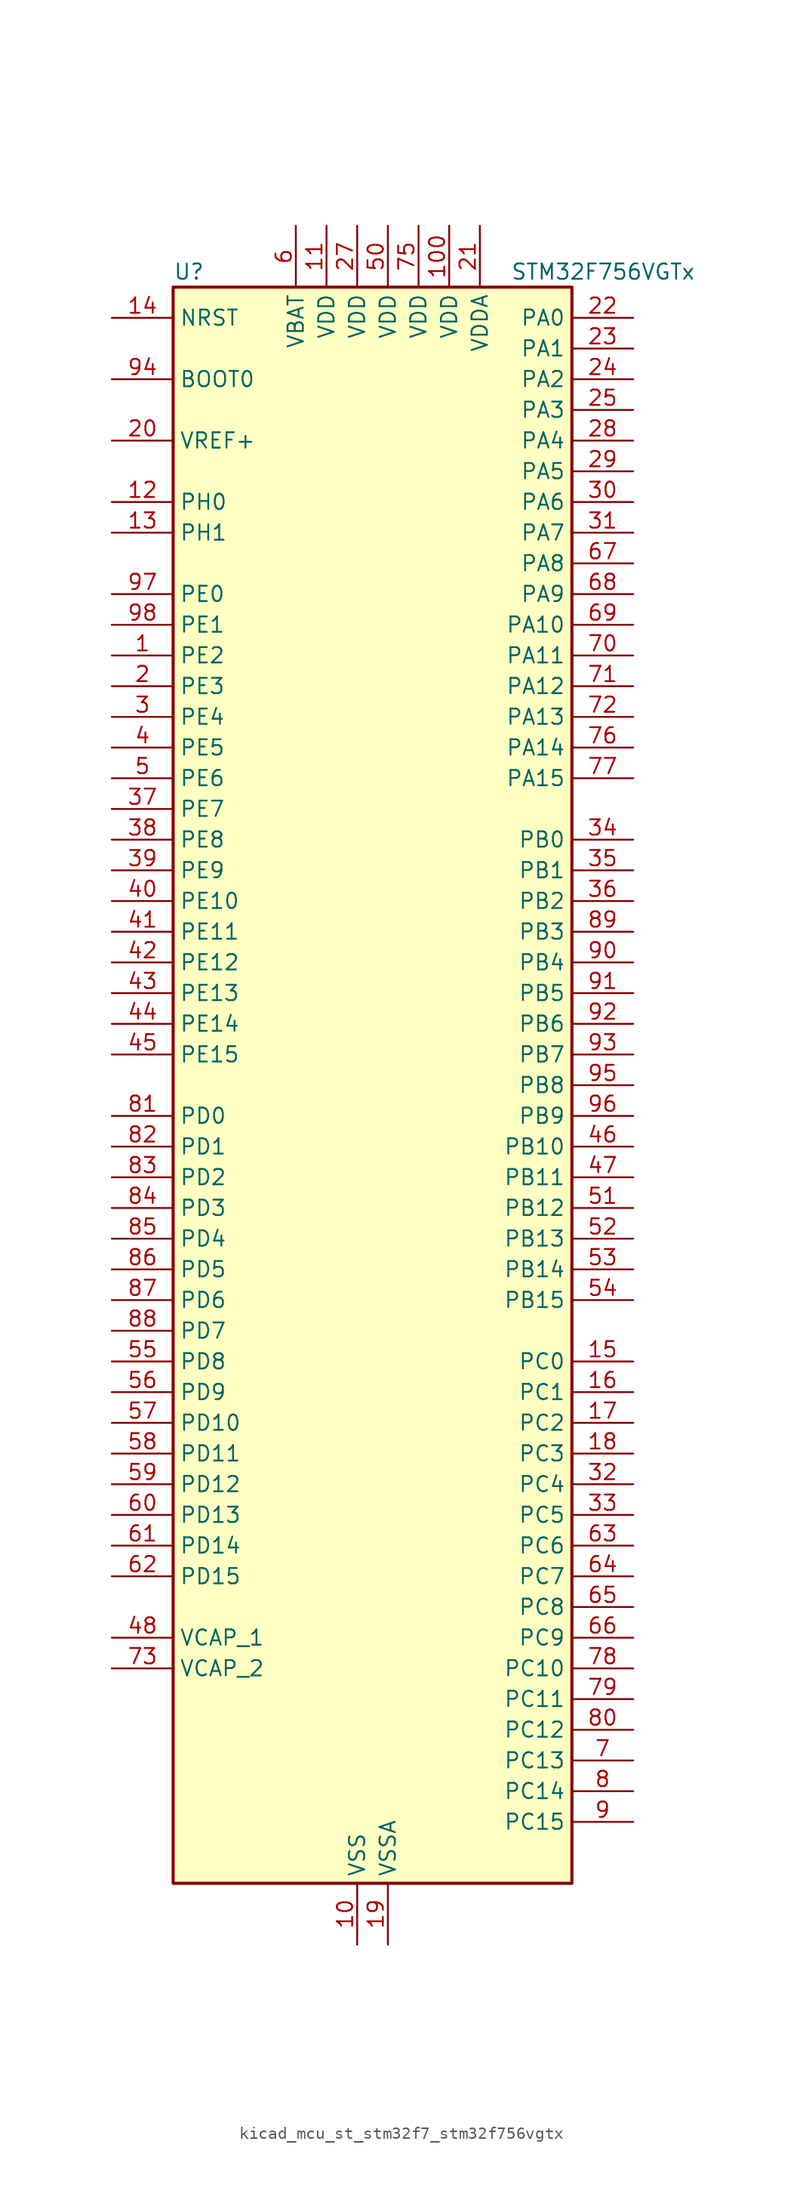
<source format=kicad_sym>
(kicad_symbol_lib
  (version 20220914)
  (generator kicad_symbol_editor)
  (symbol "kicad_mcu_st_stm32f7_stm32f756vgtx"
    (property "Reference" "U"
      (at -15.24 67.31 0)
      (effects (font (size 1.27 1.27)) (justify left)))
    (property "Value" "STM32F756VGTx"
      (at 12.7 67.31 0)
      (effects (font (size 1.27 1.27)) (justify left)))
    (property "ki_locked" ""
      (at 0 0 0)
      (effects (font (size 1.27 1.27))))
    (symbol "kicad_mcu_st_stm32f7_stm32f756vgtx_0_1"
      (rectangle (start -15.24 -66.04) (end 17.78 66.04) (stroke (width 0.254) (type default)) (fill (type background))))
    (symbol "kicad_mcu_st_stm32f7_stm32f756vgtx_1_1"
      (pin bidirectional line (at -20.32 35.56 0) (length 5.08) (name "PE2" (effects (font (size 1.27 1.27)))) (number "1" (effects (font (size 1.27 1.27)))) (alternate "ETH_TXD3" bidirectional line) (alternate "FMC_A23" bidirectional line) (alternate "QUADSPI_BK1_IO2" bidirectional line) (alternate "SAI1_MCLK_A" bidirectional line) (alternate "SPI4_SCK" bidirectional line) (alternate "SYS_TRACECLK" bidirectional line))
      (pin power_in line (at 0 -71.12 90) (length 5.08) (name "VSS" (effects (font (size 1.27 1.27)))) (number "10" (effects (font (size 1.27 1.27)))))
      (pin power_in line (at 7.62 71.12 270) (length 5.08) (name "VDD" (effects (font (size 1.27 1.27)))) (number "100" (effects (font (size 1.27 1.27)))))
      (pin power_in line (at -2.54 71.12 270) (length 5.08) (name "VDD" (effects (font (size 1.27 1.27)))) (number "11" (effects (font (size 1.27 1.27)))))
      (pin bidirectional line (at -20.32 48.26 0) (length 5.08) (name "PH0" (effects (font (size 1.27 1.27)))) (number "12" (effects (font (size 1.27 1.27)))) (alternate "RCC_OSC_IN" bidirectional line))
      (pin bidirectional line (at -20.32 45.72 0) (length 5.08) (name "PH1" (effects (font (size 1.27 1.27)))) (number "13" (effects (font (size 1.27 1.27)))) (alternate "RCC_OSC_OUT" bidirectional line))
      (pin input line (at -20.32 63.5 0) (length 5.08) (name "NRST" (effects (font (size 1.27 1.27)))) (number "14" (effects (font (size 1.27 1.27)))))
      (pin bidirectional line (at 22.86 -22.86 180) (length 5.08) (name "PC0" (effects (font (size 1.27 1.27)))) (number "15" (effects (font (size 1.27 1.27)))) (alternate "ADC1_IN10" bidirectional line) (alternate "ADC2_IN10" bidirectional line) (alternate "ADC3_IN10" bidirectional line) (alternate "FMC_SDNWE" bidirectional line) (alternate "LTDC_R5" bidirectional line) (alternate "SAI2_FS_B" bidirectional line) (alternate "USB_OTG_HS_ULPI_STP" bidirectional line))
      (pin bidirectional line (at 22.86 -25.4 180) (length 5.08) (name "PC1" (effects (font (size 1.27 1.27)))) (number "16" (effects (font (size 1.27 1.27)))) (alternate "ADC1_IN11" bidirectional line) (alternate "ADC2_IN11" bidirectional line) (alternate "ADC3_IN11" bidirectional line) (alternate "ETH_MDC" bidirectional line) (alternate "I2S2_SD" bidirectional line) (alternate "RTC_TAMP3" bidirectional line) (alternate "RTC_TS" bidirectional line) (alternate "SAI1_SD_A" bidirectional line) (alternate "SPI2_MOSI" bidirectional line) (alternate "SYS_TRACED0" bidirectional line) (alternate "SYS_WKUP3" bidirectional line))
      (pin bidirectional line (at 22.86 -27.94 180) (length 5.08) (name "PC2" (effects (font (size 1.27 1.27)))) (number "17" (effects (font (size 1.27 1.27)))) (alternate "ADC1_IN12" bidirectional line) (alternate "ADC2_IN12" bidirectional line) (alternate "ADC3_IN12" bidirectional line) (alternate "ETH_TXD2" bidirectional line) (alternate "FMC_SDNE0" bidirectional line) (alternate "SPI2_MISO" bidirectional line) (alternate "USB_OTG_HS_ULPI_DIR" bidirectional line))
      (pin bidirectional line (at 22.86 -30.48 180) (length 5.08) (name "PC3" (effects (font (size 1.27 1.27)))) (number "18" (effects (font (size 1.27 1.27)))) (alternate "ADC1_IN13" bidirectional line) (alternate "ADC2_IN13" bidirectional line) (alternate "ADC3_IN13" bidirectional line) (alternate "ETH_TX_CLK" bidirectional line) (alternate "FMC_SDCKE0" bidirectional line) (alternate "I2S2_SD" bidirectional line) (alternate "SPI2_MOSI" bidirectional line) (alternate "USB_OTG_HS_ULPI_NXT" bidirectional line))
      (pin power_in line (at 2.54 -71.12 90) (length 5.08) (name "VSSA" (effects (font (size 1.27 1.27)))) (number "19" (effects (font (size 1.27 1.27)))))
      (pin bidirectional line (at -20.32 33.02 0) (length 5.08) (name "PE3" (effects (font (size 1.27 1.27)))) (number "2" (effects (font (size 1.27 1.27)))) (alternate "FMC_A19" bidirectional line) (alternate "SAI1_SD_B" bidirectional line) (alternate "SYS_TRACED0" bidirectional line))
      (pin input line (at -20.32 53.34 0) (length 5.08) (name "VREF+" (effects (font (size 1.27 1.27)))) (number "20" (effects (font (size 1.27 1.27)))))
      (pin power_in line (at 10.16 71.12 270) (length 5.08) (name "VDDA" (effects (font (size 1.27 1.27)))) (number "21" (effects (font (size 1.27 1.27)))))
      (pin bidirectional line (at 22.86 63.5 180) (length 5.08) (name "PA0" (effects (font (size 1.27 1.27)))) (number "22" (effects (font (size 1.27 1.27)))) (alternate "ADC1_IN0" bidirectional line) (alternate "ADC2_IN0" bidirectional line) (alternate "ADC3_IN0" bidirectional line) (alternate "ETH_CRS" bidirectional line) (alternate "SAI2_SD_B" bidirectional line) (alternate "SYS_WKUP1" bidirectional line) (alternate "TIM2_CH1" bidirectional line) (alternate "TIM2_ETR" bidirectional line) (alternate "TIM5_CH1" bidirectional line) (alternate "TIM8_ETR" bidirectional line) (alternate "UART4_TX" bidirectional line) (alternate "USART2_CTS" bidirectional line))
      (pin bidirectional line (at 22.86 60.96 180) (length 5.08) (name "PA1" (effects (font (size 1.27 1.27)))) (number "23" (effects (font (size 1.27 1.27)))) (alternate "ADC1_IN1" bidirectional line) (alternate "ADC2_IN1" bidirectional line) (alternate "ADC3_IN1" bidirectional line) (alternate "ETH_REF_CLK" bidirectional line) (alternate "ETH_RX_CLK" bidirectional line) (alternate "LTDC_R2" bidirectional line) (alternate "QUADSPI_BK1_IO3" bidirectional line) (alternate "SAI2_MCLK_B" bidirectional line) (alternate "TIM2_CH2" bidirectional line) (alternate "TIM5_CH2" bidirectional line) (alternate "UART4_RX" bidirectional line) (alternate "USART2_DE" bidirectional line) (alternate "USART2_RTS" bidirectional line))
      (pin bidirectional line (at 22.86 58.42 180) (length 5.08) (name "PA2" (effects (font (size 1.27 1.27)))) (number "24" (effects (font (size 1.27 1.27)))) (alternate "ADC1_IN2" bidirectional line) (alternate "ADC2_IN2" bidirectional line) (alternate "ADC3_IN2" bidirectional line) (alternate "ETH_MDIO" bidirectional line) (alternate "LTDC_R1" bidirectional line) (alternate "SAI2_SCK_B" bidirectional line) (alternate "SYS_WKUP2" bidirectional line) (alternate "TIM2_CH3" bidirectional line) (alternate "TIM5_CH3" bidirectional line) (alternate "TIM9_CH1" bidirectional line) (alternate "USART2_TX" bidirectional line))
      (pin bidirectional line (at 22.86 55.88 180) (length 5.08) (name "PA3" (effects (font (size 1.27 1.27)))) (number "25" (effects (font (size 1.27 1.27)))) (alternate "ADC1_IN3" bidirectional line) (alternate "ADC2_IN3" bidirectional line) (alternate "ADC3_IN3" bidirectional line) (alternate "ETH_COL" bidirectional line) (alternate "LTDC_B5" bidirectional line) (alternate "TIM2_CH4" bidirectional line) (alternate "TIM5_CH4" bidirectional line) (alternate "TIM9_CH2" bidirectional line) (alternate "USART2_RX" bidirectional line) (alternate "USB_OTG_HS_ULPI_D0" bidirectional line))
      (pin passive line (at 0 -71.12 90) (length 5.08) hide (name "VSS" (effects (font (size 1.27 1.27)))) (number "26" (effects (font (size 1.27 1.27)))))
      (pin power_in line (at 0 71.12 270) (length 5.08) (name "VDD" (effects (font (size 1.27 1.27)))) (number "27" (effects (font (size 1.27 1.27)))))
      (pin bidirectional line (at 22.86 53.34 180) (length 5.08) (name "PA4" (effects (font (size 1.27 1.27)))) (number "28" (effects (font (size 1.27 1.27)))) (alternate "ADC1_IN4" bidirectional line) (alternate "ADC2_IN4" bidirectional line) (alternate "DAC_OUT1" bidirectional line) (alternate "DCMI_HSYNC" bidirectional line) (alternate "I2S1_WS" bidirectional line) (alternate "I2S3_WS" bidirectional line) (alternate "LTDC_VSYNC" bidirectional line) (alternate "SPI1_NSS" bidirectional line) (alternate "SPI3_NSS" bidirectional line) (alternate "USART2_CK" bidirectional line) (alternate "USB_OTG_HS_SOF" bidirectional line))
      (pin bidirectional line (at 22.86 50.8 180) (length 5.08) (name "PA5" (effects (font (size 1.27 1.27)))) (number "29" (effects (font (size 1.27 1.27)))) (alternate "ADC1_IN5" bidirectional line) (alternate "ADC2_IN5" bidirectional line) (alternate "DAC_OUT2" bidirectional line) (alternate "I2S1_CK" bidirectional line) (alternate "LTDC_R4" bidirectional line) (alternate "SPI1_SCK" bidirectional line) (alternate "TIM2_CH1" bidirectional line) (alternate "TIM2_ETR" bidirectional line) (alternate "TIM8_CH1N" bidirectional line) (alternate "USB_OTG_HS_ULPI_CK" bidirectional line))
      (pin bidirectional line (at -20.32 30.48 0) (length 5.08) (name "PE4" (effects (font (size 1.27 1.27)))) (number "3" (effects (font (size 1.27 1.27)))) (alternate "DCMI_D4" bidirectional line) (alternate "FMC_A20" bidirectional line) (alternate "LTDC_B0" bidirectional line) (alternate "SAI1_FS_A" bidirectional line) (alternate "SPI4_NSS" bidirectional line) (alternate "SYS_TRACED1" bidirectional line))
      (pin bidirectional line (at 22.86 48.26 180) (length 5.08) (name "PA6" (effects (font (size 1.27 1.27)))) (number "30" (effects (font (size 1.27 1.27)))) (alternate "ADC1_IN6" bidirectional line) (alternate "ADC2_IN6" bidirectional line) (alternate "DCMI_PIXCLK" bidirectional line) (alternate "LTDC_G2" bidirectional line) (alternate "SPI1_MISO" bidirectional line) (alternate "TIM13_CH1" bidirectional line) (alternate "TIM1_BKIN" bidirectional line) (alternate "TIM3_CH1" bidirectional line) (alternate "TIM8_BKIN" bidirectional line))
      (pin bidirectional line (at 22.86 45.72 180) (length 5.08) (name "PA7" (effects (font (size 1.27 1.27)))) (number "31" (effects (font (size 1.27 1.27)))) (alternate "ADC1_IN7" bidirectional line) (alternate "ADC2_IN7" bidirectional line) (alternate "ETH_CRS_DV" bidirectional line) (alternate "ETH_RX_DV" bidirectional line) (alternate "FMC_SDNWE" bidirectional line) (alternate "I2S1_SD" bidirectional line) (alternate "SPI1_MOSI" bidirectional line) (alternate "TIM14_CH1" bidirectional line) (alternate "TIM1_CH1N" bidirectional line) (alternate "TIM3_CH2" bidirectional line) (alternate "TIM8_CH1N" bidirectional line))
      (pin bidirectional line (at 22.86 -33.02 180) (length 5.08) (name "PC4" (effects (font (size 1.27 1.27)))) (number "32" (effects (font (size 1.27 1.27)))) (alternate "ADC1_IN14" bidirectional line) (alternate "ADC2_IN14" bidirectional line) (alternate "ETH_RXD0" bidirectional line) (alternate "FMC_SDNE0" bidirectional line) (alternate "I2S1_MCK" bidirectional line) (alternate "SPDIFRX_IN2" bidirectional line))
      (pin bidirectional line (at 22.86 -35.56 180) (length 5.08) (name "PC5" (effects (font (size 1.27 1.27)))) (number "33" (effects (font (size 1.27 1.27)))) (alternate "ADC1_IN15" bidirectional line) (alternate "ADC2_IN15" bidirectional line) (alternate "ETH_RXD1" bidirectional line) (alternate "FMC_SDCKE0" bidirectional line) (alternate "SPDIFRX_IN3" bidirectional line))
      (pin bidirectional line (at 22.86 20.32 180) (length 5.08) (name "PB0" (effects (font (size 1.27 1.27)))) (number "34" (effects (font (size 1.27 1.27)))) (alternate "ADC1_IN8" bidirectional line) (alternate "ADC2_IN8" bidirectional line) (alternate "ETH_RXD2" bidirectional line) (alternate "LTDC_R3" bidirectional line) (alternate "TIM1_CH2N" bidirectional line) (alternate "TIM3_CH3" bidirectional line) (alternate "TIM8_CH2N" bidirectional line) (alternate "UART4_CTS" bidirectional line) (alternate "USB_OTG_HS_ULPI_D1" bidirectional line))
      (pin bidirectional line (at 22.86 17.78 180) (length 5.08) (name "PB1" (effects (font (size 1.27 1.27)))) (number "35" (effects (font (size 1.27 1.27)))) (alternate "ADC1_IN9" bidirectional line) (alternate "ADC2_IN9" bidirectional line) (alternate "ETH_RXD3" bidirectional line) (alternate "LTDC_R6" bidirectional line) (alternate "TIM1_CH3N" bidirectional line) (alternate "TIM3_CH4" bidirectional line) (alternate "TIM8_CH3N" bidirectional line) (alternate "USB_OTG_HS_ULPI_D2" bidirectional line))
      (pin bidirectional line (at 22.86 15.24 180) (length 5.08) (name "PB2" (effects (font (size 1.27 1.27)))) (number "36" (effects (font (size 1.27 1.27)))) (alternate "I2S3_SD" bidirectional line) (alternate "QUADSPI_CLK" bidirectional line) (alternate "SAI1_SD_A" bidirectional line) (alternate "SPI3_MOSI" bidirectional line))
      (pin bidirectional line (at -20.32 22.86 0) (length 5.08) (name "PE7" (effects (font (size 1.27 1.27)))) (number "37" (effects (font (size 1.27 1.27)))) (alternate "FMC_D4" bidirectional line) (alternate "FMC_DA4" bidirectional line) (alternate "QUADSPI_BK2_IO0" bidirectional line) (alternate "TIM1_ETR" bidirectional line) (alternate "UART7_RX" bidirectional line))
      (pin bidirectional line (at -20.32 20.32 0) (length 5.08) (name "PE8" (effects (font (size 1.27 1.27)))) (number "38" (effects (font (size 1.27 1.27)))) (alternate "FMC_D5" bidirectional line) (alternate "FMC_DA5" bidirectional line) (alternate "QUADSPI_BK2_IO1" bidirectional line) (alternate "TIM1_CH1N" bidirectional line) (alternate "UART7_TX" bidirectional line))
      (pin bidirectional line (at -20.32 17.78 0) (length 5.08) (name "PE9" (effects (font (size 1.27 1.27)))) (number "39" (effects (font (size 1.27 1.27)))) (alternate "DAC_EXTI9" bidirectional line) (alternate "FMC_D6" bidirectional line) (alternate "FMC_DA6" bidirectional line) (alternate "QUADSPI_BK2_IO2" bidirectional line) (alternate "TIM1_CH1" bidirectional line) (alternate "UART7_DE" bidirectional line) (alternate "UART7_RTS" bidirectional line))
      (pin bidirectional line (at -20.32 27.94 0) (length 5.08) (name "PE5" (effects (font (size 1.27 1.27)))) (number "4" (effects (font (size 1.27 1.27)))) (alternate "DCMI_D6" bidirectional line) (alternate "FMC_A21" bidirectional line) (alternate "LTDC_G0" bidirectional line) (alternate "SAI1_SCK_A" bidirectional line) (alternate "SPI4_MISO" bidirectional line) (alternate "SYS_TRACED2" bidirectional line) (alternate "TIM9_CH1" bidirectional line))
      (pin bidirectional line (at -20.32 15.24 0) (length 5.08) (name "PE10" (effects (font (size 1.27 1.27)))) (number "40" (effects (font (size 1.27 1.27)))) (alternate "FMC_D7" bidirectional line) (alternate "FMC_DA7" bidirectional line) (alternate "QUADSPI_BK2_IO3" bidirectional line) (alternate "TIM1_CH2N" bidirectional line) (alternate "UART7_CTS" bidirectional line))
      (pin bidirectional line (at -20.32 12.7 0) (length 5.08) (name "PE11" (effects (font (size 1.27 1.27)))) (number "41" (effects (font (size 1.27 1.27)))) (alternate "ADC1_EXTI11" bidirectional line) (alternate "ADC2_EXTI11" bidirectional line) (alternate "ADC3_EXTI11" bidirectional line) (alternate "FMC_D8" bidirectional line) (alternate "FMC_DA8" bidirectional line) (alternate "LTDC_G3" bidirectional line) (alternate "SAI2_SD_B" bidirectional line) (alternate "SPI4_NSS" bidirectional line) (alternate "TIM1_CH2" bidirectional line))
      (pin bidirectional line (at -20.32 10.16 0) (length 5.08) (name "PE12" (effects (font (size 1.27 1.27)))) (number "42" (effects (font (size 1.27 1.27)))) (alternate "FMC_D9" bidirectional line) (alternate "FMC_DA9" bidirectional line) (alternate "LTDC_B4" bidirectional line) (alternate "SAI2_SCK_B" bidirectional line) (alternate "SPI4_SCK" bidirectional line) (alternate "TIM1_CH3N" bidirectional line))
      (pin bidirectional line (at -20.32 7.62 0) (length 5.08) (name "PE13" (effects (font (size 1.27 1.27)))) (number "43" (effects (font (size 1.27 1.27)))) (alternate "FMC_D10" bidirectional line) (alternate "FMC_DA10" bidirectional line) (alternate "LTDC_DE" bidirectional line) (alternate "SAI2_FS_B" bidirectional line) (alternate "SPI4_MISO" bidirectional line) (alternate "TIM1_CH3" bidirectional line))
      (pin bidirectional line (at -20.32 5.08 0) (length 5.08) (name "PE14" (effects (font (size 1.27 1.27)))) (number "44" (effects (font (size 1.27 1.27)))) (alternate "FMC_D11" bidirectional line) (alternate "FMC_DA11" bidirectional line) (alternate "LTDC_CLK" bidirectional line) (alternate "SAI2_MCLK_B" bidirectional line) (alternate "SPI4_MOSI" bidirectional line) (alternate "TIM1_CH4" bidirectional line))
      (pin bidirectional line (at -20.32 2.54 0) (length 5.08) (name "PE15" (effects (font (size 1.27 1.27)))) (number "45" (effects (font (size 1.27 1.27)))) (alternate "FMC_D12" bidirectional line) (alternate "FMC_DA12" bidirectional line) (alternate "LTDC_R7" bidirectional line) (alternate "TIM1_BKIN" bidirectional line))
      (pin bidirectional line (at 22.86 -5.08 180) (length 5.08) (name "PB10" (effects (font (size 1.27 1.27)))) (number "46" (effects (font (size 1.27 1.27)))) (alternate "ETH_RX_ER" bidirectional line) (alternate "I2C2_SCL" bidirectional line) (alternate "I2S2_CK" bidirectional line) (alternate "LTDC_G4" bidirectional line) (alternate "SPI2_SCK" bidirectional line) (alternate "TIM2_CH3" bidirectional line) (alternate "USART3_TX" bidirectional line) (alternate "USB_OTG_HS_ULPI_D3" bidirectional line))
      (pin bidirectional line (at 22.86 -7.62 180) (length 5.08) (name "PB11" (effects (font (size 1.27 1.27)))) (number "47" (effects (font (size 1.27 1.27)))) (alternate "ADC1_EXTI11" bidirectional line) (alternate "ADC2_EXTI11" bidirectional line) (alternate "ADC3_EXTI11" bidirectional line) (alternate "ETH_TX_EN" bidirectional line) (alternate "I2C2_SDA" bidirectional line) (alternate "LTDC_G5" bidirectional line) (alternate "TIM2_CH4" bidirectional line) (alternate "USART3_RX" bidirectional line) (alternate "USB_OTG_HS_ULPI_D4" bidirectional line))
      (pin power_out line (at -20.32 -45.72 0) (length 5.08) (name "VCAP_1" (effects (font (size 1.27 1.27)))) (number "48" (effects (font (size 1.27 1.27)))))
      (pin passive line (at 0 -71.12 90) (length 5.08) hide (name "VSS" (effects (font (size 1.27 1.27)))) (number "49" (effects (font (size 1.27 1.27)))))
      (pin bidirectional line (at -20.32 25.4 0) (length 5.08) (name "PE6" (effects (font (size 1.27 1.27)))) (number "5" (effects (font (size 1.27 1.27)))) (alternate "DCMI_D7" bidirectional line) (alternate "FMC_A22" bidirectional line) (alternate "LTDC_G1" bidirectional line) (alternate "SAI1_SD_A" bidirectional line) (alternate "SAI2_MCLK_B" bidirectional line) (alternate "SPI4_MOSI" bidirectional line) (alternate "SYS_TRACED3" bidirectional line) (alternate "TIM1_BKIN2" bidirectional line) (alternate "TIM9_CH2" bidirectional line))
      (pin power_in line (at 2.54 71.12 270) (length 5.08) (name "VDD" (effects (font (size 1.27 1.27)))) (number "50" (effects (font (size 1.27 1.27)))))
      (pin bidirectional line (at 22.86 -10.16 180) (length 5.08) (name "PB12" (effects (font (size 1.27 1.27)))) (number "51" (effects (font (size 1.27 1.27)))) (alternate "CAN2_RX" bidirectional line) (alternate "ETH_TXD0" bidirectional line) (alternate "I2C2_SMBA" bidirectional line) (alternate "I2S2_WS" bidirectional line) (alternate "SPI2_NSS" bidirectional line) (alternate "TIM1_BKIN" bidirectional line) (alternate "USART3_CK" bidirectional line) (alternate "USB_OTG_HS_ID" bidirectional line) (alternate "USB_OTG_HS_ULPI_D5" bidirectional line))
      (pin bidirectional line (at 22.86 -12.7 180) (length 5.08) (name "PB13" (effects (font (size 1.27 1.27)))) (number "52" (effects (font (size 1.27 1.27)))) (alternate "CAN2_TX" bidirectional line) (alternate "ETH_TXD1" bidirectional line) (alternate "I2S2_CK" bidirectional line) (alternate "SPI2_SCK" bidirectional line) (alternate "TIM1_CH1N" bidirectional line) (alternate "USART3_CTS" bidirectional line) (alternate "USB_OTG_HS_ULPI_D6" bidirectional line) (alternate "USB_OTG_HS_VBUS" bidirectional line))
      (pin bidirectional line (at 22.86 -15.24 180) (length 5.08) (name "PB14" (effects (font (size 1.27 1.27)))) (number "53" (effects (font (size 1.27 1.27)))) (alternate "SPI2_MISO" bidirectional line) (alternate "TIM12_CH1" bidirectional line) (alternate "TIM1_CH2N" bidirectional line) (alternate "TIM8_CH2N" bidirectional line) (alternate "USART3_DE" bidirectional line) (alternate "USART3_RTS" bidirectional line) (alternate "USB_OTG_HS_DM" bidirectional line))
      (pin bidirectional line (at 22.86 -17.78 180) (length 5.08) (name "PB15" (effects (font (size 1.27 1.27)))) (number "54" (effects (font (size 1.27 1.27)))) (alternate "I2S2_SD" bidirectional line) (alternate "RTC_REFIN" bidirectional line) (alternate "SPI2_MOSI" bidirectional line) (alternate "TIM12_CH2" bidirectional line) (alternate "TIM1_CH3N" bidirectional line) (alternate "TIM8_CH3N" bidirectional line) (alternate "USB_OTG_HS_DP" bidirectional line))
      (pin bidirectional line (at -20.32 -22.86 0) (length 5.08) (name "PD8" (effects (font (size 1.27 1.27)))) (number "55" (effects (font (size 1.27 1.27)))) (alternate "FMC_D13" bidirectional line) (alternate "FMC_DA13" bidirectional line) (alternate "SPDIFRX_IN1" bidirectional line) (alternate "USART3_TX" bidirectional line))
      (pin bidirectional line (at -20.32 -25.4 0) (length 5.08) (name "PD9" (effects (font (size 1.27 1.27)))) (number "56" (effects (font (size 1.27 1.27)))) (alternate "DAC_EXTI9" bidirectional line) (alternate "FMC_D14" bidirectional line) (alternate "FMC_DA14" bidirectional line) (alternate "USART3_RX" bidirectional line))
      (pin bidirectional line (at -20.32 -27.94 0) (length 5.08) (name "PD10" (effects (font (size 1.27 1.27)))) (number "57" (effects (font (size 1.27 1.27)))) (alternate "FMC_D15" bidirectional line) (alternate "FMC_DA15" bidirectional line) (alternate "LTDC_B3" bidirectional line) (alternate "USART3_CK" bidirectional line))
      (pin bidirectional line (at -20.32 -30.48 0) (length 5.08) (name "PD11" (effects (font (size 1.27 1.27)))) (number "58" (effects (font (size 1.27 1.27)))) (alternate "ADC1_EXTI11" bidirectional line) (alternate "ADC2_EXTI11" bidirectional line) (alternate "ADC3_EXTI11" bidirectional line) (alternate "FMC_A16" bidirectional line) (alternate "FMC_CLE" bidirectional line) (alternate "I2C4_SMBA" bidirectional line) (alternate "QUADSPI_BK1_IO0" bidirectional line) (alternate "SAI2_SD_A" bidirectional line) (alternate "USART3_CTS" bidirectional line))
      (pin bidirectional line (at -20.32 -33.02 0) (length 5.08) (name "PD12" (effects (font (size 1.27 1.27)))) (number "59" (effects (font (size 1.27 1.27)))) (alternate "FMC_A17" bidirectional line) (alternate "FMC_ALE" bidirectional line) (alternate "I2C4_SCL" bidirectional line) (alternate "LPTIM1_IN1" bidirectional line) (alternate "QUADSPI_BK1_IO1" bidirectional line) (alternate "SAI2_FS_A" bidirectional line) (alternate "TIM4_CH1" bidirectional line) (alternate "USART3_DE" bidirectional line) (alternate "USART3_RTS" bidirectional line))
      (pin power_in line (at -5.08 71.12 270) (length 5.08) (name "VBAT" (effects (font (size 1.27 1.27)))) (number "6" (effects (font (size 1.27 1.27)))))
      (pin bidirectional line (at -20.32 -35.56 0) (length 5.08) (name "PD13" (effects (font (size 1.27 1.27)))) (number "60" (effects (font (size 1.27 1.27)))) (alternate "FMC_A18" bidirectional line) (alternate "I2C4_SDA" bidirectional line) (alternate "LPTIM1_OUT" bidirectional line) (alternate "QUADSPI_BK1_IO3" bidirectional line) (alternate "SAI2_SCK_A" bidirectional line) (alternate "TIM4_CH2" bidirectional line))
      (pin bidirectional line (at -20.32 -38.1 0) (length 5.08) (name "PD14" (effects (font (size 1.27 1.27)))) (number "61" (effects (font (size 1.27 1.27)))) (alternate "FMC_D0" bidirectional line) (alternate "FMC_DA0" bidirectional line) (alternate "TIM4_CH3" bidirectional line) (alternate "UART8_CTS" bidirectional line))
      (pin bidirectional line (at -20.32 -40.64 0) (length 5.08) (name "PD15" (effects (font (size 1.27 1.27)))) (number "62" (effects (font (size 1.27 1.27)))) (alternate "FMC_D1" bidirectional line) (alternate "FMC_DA1" bidirectional line) (alternate "TIM4_CH4" bidirectional line) (alternate "UART8_DE" bidirectional line) (alternate "UART8_RTS" bidirectional line))
      (pin bidirectional line (at 22.86 -38.1 180) (length 5.08) (name "PC6" (effects (font (size 1.27 1.27)))) (number "63" (effects (font (size 1.27 1.27)))) (alternate "DCMI_D0" bidirectional line) (alternate "I2S2_MCK" bidirectional line) (alternate "LTDC_HSYNC" bidirectional line) (alternate "SDMMC1_D6" bidirectional line) (alternate "TIM3_CH1" bidirectional line) (alternate "TIM8_CH1" bidirectional line) (alternate "USART6_TX" bidirectional line))
      (pin bidirectional line (at 22.86 -40.64 180) (length 5.08) (name "PC7" (effects (font (size 1.27 1.27)))) (number "64" (effects (font (size 1.27 1.27)))) (alternate "DCMI_D1" bidirectional line) (alternate "I2S3_MCK" bidirectional line) (alternate "LTDC_G6" bidirectional line) (alternate "SDMMC1_D7" bidirectional line) (alternate "TIM3_CH2" bidirectional line) (alternate "TIM8_CH2" bidirectional line) (alternate "USART6_RX" bidirectional line))
      (pin bidirectional line (at 22.86 -43.18 180) (length 5.08) (name "PC8" (effects (font (size 1.27 1.27)))) (number "65" (effects (font (size 1.27 1.27)))) (alternate "DCMI_D2" bidirectional line) (alternate "SDMMC1_D0" bidirectional line) (alternate "SYS_TRACED1" bidirectional line) (alternate "TIM3_CH3" bidirectional line) (alternate "TIM8_CH3" bidirectional line) (alternate "UART5_DE" bidirectional line) (alternate "UART5_RTS" bidirectional line) (alternate "USART6_CK" bidirectional line))
      (pin bidirectional line (at 22.86 -45.72 180) (length 5.08) (name "PC9" (effects (font (size 1.27 1.27)))) (number "66" (effects (font (size 1.27 1.27)))) (alternate "DAC_EXTI9" bidirectional line) (alternate "DCMI_D3" bidirectional line) (alternate "I2C3_SDA" bidirectional line) (alternate "I2S_CKIN" bidirectional line) (alternate "QUADSPI_BK1_IO0" bidirectional line) (alternate "RCC_MCO_2" bidirectional line) (alternate "SDMMC1_D1" bidirectional line) (alternate "TIM3_CH4" bidirectional line) (alternate "TIM8_CH4" bidirectional line) (alternate "UART5_CTS" bidirectional line))
      (pin bidirectional line (at 22.86 43.18 180) (length 5.08) (name "PA8" (effects (font (size 1.27 1.27)))) (number "67" (effects (font (size 1.27 1.27)))) (alternate "I2C3_SCL" bidirectional line) (alternate "LTDC_R6" bidirectional line) (alternate "RCC_MCO_1" bidirectional line) (alternate "TIM1_CH1" bidirectional line) (alternate "TIM8_BKIN2" bidirectional line) (alternate "USART1_CK" bidirectional line) (alternate "USB_OTG_FS_SOF" bidirectional line))
      (pin bidirectional line (at 22.86 40.64 180) (length 5.08) (name "PA9" (effects (font (size 1.27 1.27)))) (number "68" (effects (font (size 1.27 1.27)))) (alternate "DAC_EXTI9" bidirectional line) (alternate "DCMI_D0" bidirectional line) (alternate "I2C3_SMBA" bidirectional line) (alternate "I2S2_CK" bidirectional line) (alternate "SPI2_SCK" bidirectional line) (alternate "TIM1_CH2" bidirectional line) (alternate "USART1_TX" bidirectional line) (alternate "USB_OTG_FS_VBUS" bidirectional line))
      (pin bidirectional line (at 22.86 38.1 180) (length 5.08) (name "PA10" (effects (font (size 1.27 1.27)))) (number "69" (effects (font (size 1.27 1.27)))) (alternate "DCMI_D1" bidirectional line) (alternate "TIM1_CH3" bidirectional line) (alternate "USART1_RX" bidirectional line) (alternate "USB_OTG_FS_ID" bidirectional line))
      (pin bidirectional line (at 22.86 -55.88 180) (length 5.08) (name "PC13" (effects (font (size 1.27 1.27)))) (number "7" (effects (font (size 1.27 1.27)))) (alternate "RTC_OUT" bidirectional line) (alternate "RTC_TAMP1" bidirectional line) (alternate "RTC_TS" bidirectional line) (alternate "SYS_WKUP4" bidirectional line))
      (pin bidirectional line (at 22.86 35.56 180) (length 5.08) (name "PA11" (effects (font (size 1.27 1.27)))) (number "70" (effects (font (size 1.27 1.27)))) (alternate "ADC1_EXTI11" bidirectional line) (alternate "ADC2_EXTI11" bidirectional line) (alternate "ADC3_EXTI11" bidirectional line) (alternate "CAN1_RX" bidirectional line) (alternate "LTDC_R4" bidirectional line) (alternate "TIM1_CH4" bidirectional line) (alternate "USART1_CTS" bidirectional line) (alternate "USB_OTG_FS_DM" bidirectional line))
      (pin bidirectional line (at 22.86 33.02 180) (length 5.08) (name "PA12" (effects (font (size 1.27 1.27)))) (number "71" (effects (font (size 1.27 1.27)))) (alternate "CAN1_TX" bidirectional line) (alternate "LTDC_R5" bidirectional line) (alternate "SAI2_FS_B" bidirectional line) (alternate "TIM1_ETR" bidirectional line) (alternate "USART1_DE" bidirectional line) (alternate "USART1_RTS" bidirectional line) (alternate "USB_OTG_FS_DP" bidirectional line))
      (pin bidirectional line (at 22.86 30.48 180) (length 5.08) (name "PA13" (effects (font (size 1.27 1.27)))) (number "72" (effects (font (size 1.27 1.27)))) (alternate "SYS_JTMS-SWDIO" bidirectional line))
      (pin power_out line (at -20.32 -48.26 0) (length 5.08) (name "VCAP_2" (effects (font (size 1.27 1.27)))) (number "73" (effects (font (size 1.27 1.27)))))
      (pin passive line (at 0 -71.12 90) (length 5.08) hide (name "VSS" (effects (font (size 1.27 1.27)))) (number "74" (effects (font (size 1.27 1.27)))))
      (pin power_in line (at 5.08 71.12 270) (length 5.08) (name "VDD" (effects (font (size 1.27 1.27)))) (number "75" (effects (font (size 1.27 1.27)))))
      (pin bidirectional line (at 22.86 27.94 180) (length 5.08) (name "PA14" (effects (font (size 1.27 1.27)))) (number "76" (effects (font (size 1.27 1.27)))) (alternate "SYS_JTCK-SWCLK" bidirectional line))
      (pin bidirectional line (at 22.86 25.4 180) (length 5.08) (name "PA15" (effects (font (size 1.27 1.27)))) (number "77" (effects (font (size 1.27 1.27)))) (alternate "CEC" bidirectional line) (alternate "I2S1_WS" bidirectional line) (alternate "I2S3_WS" bidirectional line) (alternate "SPI1_NSS" bidirectional line) (alternate "SPI3_NSS" bidirectional line) (alternate "SYS_JTDI" bidirectional line) (alternate "TIM2_CH1" bidirectional line) (alternate "TIM2_ETR" bidirectional line) (alternate "UART4_DE" bidirectional line) (alternate "UART4_RTS" bidirectional line))
      (pin bidirectional line (at 22.86 -48.26 180) (length 5.08) (name "PC10" (effects (font (size 1.27 1.27)))) (number "78" (effects (font (size 1.27 1.27)))) (alternate "DCMI_D8" bidirectional line) (alternate "I2S3_CK" bidirectional line) (alternate "LTDC_R2" bidirectional line) (alternate "QUADSPI_BK1_IO1" bidirectional line) (alternate "SDMMC1_D2" bidirectional line) (alternate "SPI3_SCK" bidirectional line) (alternate "UART4_TX" bidirectional line) (alternate "USART3_TX" bidirectional line))
      (pin bidirectional line (at 22.86 -50.8 180) (length 5.08) (name "PC11" (effects (font (size 1.27 1.27)))) (number "79" (effects (font (size 1.27 1.27)))) (alternate "ADC1_EXTI11" bidirectional line) (alternate "ADC2_EXTI11" bidirectional line) (alternate "ADC3_EXTI11" bidirectional line) (alternate "DCMI_D4" bidirectional line) (alternate "QUADSPI_BK2_NCS" bidirectional line) (alternate "SDMMC1_D3" bidirectional line) (alternate "SPI3_MISO" bidirectional line) (alternate "UART4_RX" bidirectional line) (alternate "USART3_RX" bidirectional line))
      (pin bidirectional line (at 22.86 -58.42 180) (length 5.08) (name "PC14" (effects (font (size 1.27 1.27)))) (number "8" (effects (font (size 1.27 1.27)))) (alternate "RCC_OSC32_IN" bidirectional line))
      (pin bidirectional line (at 22.86 -53.34 180) (length 5.08) (name "PC12" (effects (font (size 1.27 1.27)))) (number "80" (effects (font (size 1.27 1.27)))) (alternate "DCMI_D9" bidirectional line) (alternate "I2S3_SD" bidirectional line) (alternate "SDMMC1_CK" bidirectional line) (alternate "SPI3_MOSI" bidirectional line) (alternate "SYS_TRACED3" bidirectional line) (alternate "UART5_TX" bidirectional line) (alternate "USART3_CK" bidirectional line))
      (pin bidirectional line (at -20.32 -2.54 0) (length 5.08) (name "PD0" (effects (font (size 1.27 1.27)))) (number "81" (effects (font (size 1.27 1.27)))) (alternate "CAN1_RX" bidirectional line) (alternate "FMC_D2" bidirectional line) (alternate "FMC_DA2" bidirectional line))
      (pin bidirectional line (at -20.32 -5.08 0) (length 5.08) (name "PD1" (effects (font (size 1.27 1.27)))) (number "82" (effects (font (size 1.27 1.27)))) (alternate "CAN1_TX" bidirectional line) (alternate "FMC_D3" bidirectional line) (alternate "FMC_DA3" bidirectional line))
      (pin bidirectional line (at -20.32 -7.62 0) (length 5.08) (name "PD2" (effects (font (size 1.27 1.27)))) (number "83" (effects (font (size 1.27 1.27)))) (alternate "DCMI_D11" bidirectional line) (alternate "SDMMC1_CMD" bidirectional line) (alternate "SYS_TRACED2" bidirectional line) (alternate "TIM3_ETR" bidirectional line) (alternate "UART5_RX" bidirectional line))
      (pin bidirectional line (at -20.32 -10.16 0) (length 5.08) (name "PD3" (effects (font (size 1.27 1.27)))) (number "84" (effects (font (size 1.27 1.27)))) (alternate "DCMI_D5" bidirectional line) (alternate "FMC_CLK" bidirectional line) (alternate "I2S2_CK" bidirectional line) (alternate "LTDC_G7" bidirectional line) (alternate "SPI2_SCK" bidirectional line) (alternate "USART2_CTS" bidirectional line))
      (pin bidirectional line (at -20.32 -12.7 0) (length 5.08) (name "PD4" (effects (font (size 1.27 1.27)))) (number "85" (effects (font (size 1.27 1.27)))) (alternate "FMC_NOE" bidirectional line) (alternate "USART2_DE" bidirectional line) (alternate "USART2_RTS" bidirectional line))
      (pin bidirectional line (at -20.32 -15.24 0) (length 5.08) (name "PD5" (effects (font (size 1.27 1.27)))) (number "86" (effects (font (size 1.27 1.27)))) (alternate "FMC_NWE" bidirectional line) (alternate "USART2_TX" bidirectional line))
      (pin bidirectional line (at -20.32 -17.78 0) (length 5.08) (name "PD6" (effects (font (size 1.27 1.27)))) (number "87" (effects (font (size 1.27 1.27)))) (alternate "DCMI_D10" bidirectional line) (alternate "FMC_NWAIT" bidirectional line) (alternate "I2S3_SD" bidirectional line) (alternate "LTDC_B2" bidirectional line) (alternate "SAI1_SD_A" bidirectional line) (alternate "SPI3_MOSI" bidirectional line) (alternate "USART2_RX" bidirectional line))
      (pin bidirectional line (at -20.32 -20.32 0) (length 5.08) (name "PD7" (effects (font (size 1.27 1.27)))) (number "88" (effects (font (size 1.27 1.27)))) (alternate "FMC_NE1" bidirectional line) (alternate "SPDIFRX_IN0" bidirectional line) (alternate "USART2_CK" bidirectional line))
      (pin bidirectional line (at 22.86 12.7 180) (length 5.08) (name "PB3" (effects (font (size 1.27 1.27)))) (number "89" (effects (font (size 1.27 1.27)))) (alternate "I2S1_CK" bidirectional line) (alternate "I2S3_CK" bidirectional line) (alternate "SPI1_SCK" bidirectional line) (alternate "SPI3_SCK" bidirectional line) (alternate "SYS_JTDO-SWO" bidirectional line) (alternate "TIM2_CH2" bidirectional line))
      (pin bidirectional line (at 22.86 -60.96 180) (length 5.08) (name "PC15" (effects (font (size 1.27 1.27)))) (number "9" (effects (font (size 1.27 1.27)))) (alternate "RCC_OSC32_OUT" bidirectional line))
      (pin bidirectional line (at 22.86 10.16 180) (length 5.08) (name "PB4" (effects (font (size 1.27 1.27)))) (number "90" (effects (font (size 1.27 1.27)))) (alternate "I2S2_WS" bidirectional line) (alternate "SPI1_MISO" bidirectional line) (alternate "SPI2_NSS" bidirectional line) (alternate "SPI3_MISO" bidirectional line) (alternate "SYS_JTRST" bidirectional line) (alternate "TIM3_CH1" bidirectional line))
      (pin bidirectional line (at 22.86 7.62 180) (length 5.08) (name "PB5" (effects (font (size 1.27 1.27)))) (number "91" (effects (font (size 1.27 1.27)))) (alternate "CAN2_RX" bidirectional line) (alternate "DCMI_D10" bidirectional line) (alternate "ETH_PPS_OUT" bidirectional line) (alternate "FMC_SDCKE1" bidirectional line) (alternate "I2C1_SMBA" bidirectional line) (alternate "I2S1_SD" bidirectional line) (alternate "I2S3_SD" bidirectional line) (alternate "SPI1_MOSI" bidirectional line) (alternate "SPI3_MOSI" bidirectional line) (alternate "TIM3_CH2" bidirectional line) (alternate "USB_OTG_HS_ULPI_D7" bidirectional line))
      (pin bidirectional line (at 22.86 5.08 180) (length 5.08) (name "PB6" (effects (font (size 1.27 1.27)))) (number "92" (effects (font (size 1.27 1.27)))) (alternate "CAN2_TX" bidirectional line) (alternate "CEC" bidirectional line) (alternate "DCMI_D5" bidirectional line) (alternate "FMC_SDNE1" bidirectional line) (alternate "I2C1_SCL" bidirectional line) (alternate "QUADSPI_BK1_NCS" bidirectional line) (alternate "TIM4_CH1" bidirectional line) (alternate "USART1_TX" bidirectional line))
      (pin bidirectional line (at 22.86 2.54 180) (length 5.08) (name "PB7" (effects (font (size 1.27 1.27)))) (number "93" (effects (font (size 1.27 1.27)))) (alternate "DCMI_VSYNC" bidirectional line) (alternate "FMC_NL" bidirectional line) (alternate "I2C1_SDA" bidirectional line) (alternate "TIM4_CH2" bidirectional line) (alternate "USART1_RX" bidirectional line))
      (pin input line (at -20.32 58.42 0) (length 5.08) (name "BOOT0" (effects (font (size 1.27 1.27)))) (number "94" (effects (font (size 1.27 1.27)))))
      (pin bidirectional line (at 22.86 0 180) (length 5.08) (name "PB8" (effects (font (size 1.27 1.27)))) (number "95" (effects (font (size 1.27 1.27)))) (alternate "CAN1_RX" bidirectional line) (alternate "DCMI_D6" bidirectional line) (alternate "ETH_TXD3" bidirectional line) (alternate "I2C1_SCL" bidirectional line) (alternate "LTDC_B6" bidirectional line) (alternate "SDMMC1_D4" bidirectional line) (alternate "TIM10_CH1" bidirectional line) (alternate "TIM4_CH3" bidirectional line))
      (pin bidirectional line (at 22.86 -2.54 180) (length 5.08) (name "PB9" (effects (font (size 1.27 1.27)))) (number "96" (effects (font (size 1.27 1.27)))) (alternate "CAN1_TX" bidirectional line) (alternate "DAC_EXTI9" bidirectional line) (alternate "DCMI_D7" bidirectional line) (alternate "I2C1_SDA" bidirectional line) (alternate "I2S2_WS" bidirectional line) (alternate "LTDC_B7" bidirectional line) (alternate "SDMMC1_D5" bidirectional line) (alternate "SPI2_NSS" bidirectional line) (alternate "TIM11_CH1" bidirectional line) (alternate "TIM4_CH4" bidirectional line))
      (pin bidirectional line (at -20.32 40.64 0) (length 5.08) (name "PE0" (effects (font (size 1.27 1.27)))) (number "97" (effects (font (size 1.27 1.27)))) (alternate "DCMI_D2" bidirectional line) (alternate "FMC_NBL0" bidirectional line) (alternate "LPTIM1_ETR" bidirectional line) (alternate "SAI2_MCLK_A" bidirectional line) (alternate "TIM4_ETR" bidirectional line) (alternate "UART8_RX" bidirectional line))
      (pin bidirectional line (at -20.32 38.1 0) (length 5.08) (name "PE1" (effects (font (size 1.27 1.27)))) (number "98" (effects (font (size 1.27 1.27)))) (alternate "DCMI_D3" bidirectional line) (alternate "FMC_NBL1" bidirectional line) (alternate "LPTIM1_IN2" bidirectional line) (alternate "UART8_TX" bidirectional line))
      (pin passive line (at 0 -71.12 90) (length 5.08) hide (name "VSS" (effects (font (size 1.27 1.27)))) (number "99" (effects (font (size 1.27 1.27))))))))
</source>
